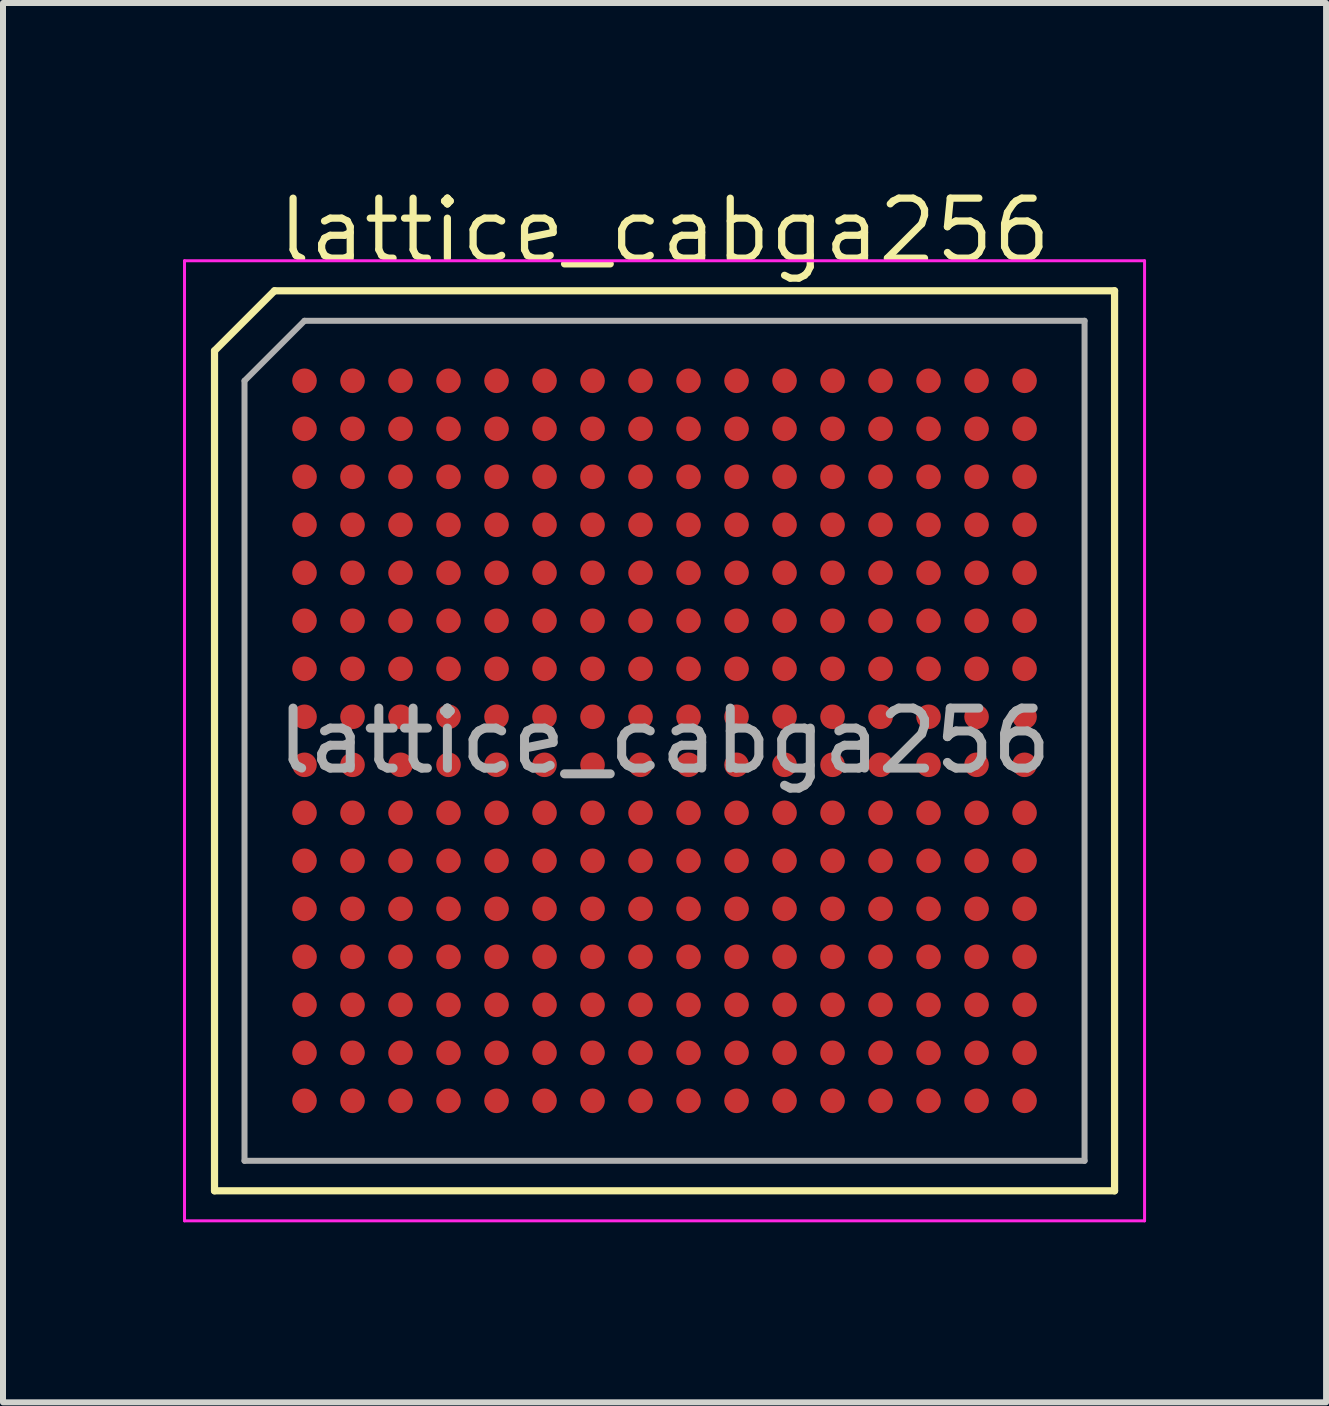
<source format=kicad_pcb>
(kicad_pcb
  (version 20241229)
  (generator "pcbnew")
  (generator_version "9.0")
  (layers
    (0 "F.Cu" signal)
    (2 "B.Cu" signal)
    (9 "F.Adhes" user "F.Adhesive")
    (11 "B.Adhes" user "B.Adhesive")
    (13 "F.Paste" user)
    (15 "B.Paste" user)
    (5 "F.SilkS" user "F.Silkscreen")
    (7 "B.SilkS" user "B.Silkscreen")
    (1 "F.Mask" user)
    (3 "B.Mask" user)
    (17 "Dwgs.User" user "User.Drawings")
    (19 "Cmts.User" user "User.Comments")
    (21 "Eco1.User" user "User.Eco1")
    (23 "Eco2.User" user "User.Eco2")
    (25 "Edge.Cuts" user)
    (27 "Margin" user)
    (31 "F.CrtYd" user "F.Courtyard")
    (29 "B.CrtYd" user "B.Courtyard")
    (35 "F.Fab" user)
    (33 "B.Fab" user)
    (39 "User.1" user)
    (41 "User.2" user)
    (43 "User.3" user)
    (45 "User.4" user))
  (footprint "lattice_cabga256"
    (layer "F.Cu")
    (at 8.025 9.296)
    (property "Reference" "lattice_cabga256" (at 0 -8.5 0) (layer "F.SilkS") (effects (font (size 1 1) (thickness 0.12))))
    (attr smd)
    (fp_line (start -7.5 7.5) (end -7.5 -6.5) (stroke (width 0.12) (type default)) (layer "F.SilkS"))
    (fp_line (start -6.5 -7.5) (end -7.5 -6.5) (stroke (width 0.12) (type default)) (layer "F.SilkS"))
    (fp_line (start -6.5 -7.5) (end 7.5 -7.5) (stroke (width 0.12) (type default)) (layer "F.SilkS"))
    (fp_line (start 7.5 -7.5) (end 7.5 7.5) (stroke (width 0.12) (type default)) (layer "F.SilkS"))
    (fp_line (start 7.5 7.5) (end -7.5 7.5) (stroke (width 0.12) (type default)) (layer "F.SilkS"))
    (fp_line (start -8 -8) (end 8 -8) (stroke (width 0.05) (type solid)) (layer "F.CrtYd"))
    (fp_line (start -8 8) (end -8 -8) (stroke (width 0.05) (type solid)) (layer "F.CrtYd"))
    (fp_line (start 8 -8) (end 8 8) (stroke (width 0.05) (type solid)) (layer "F.CrtYd"))
    (fp_line (start 8 8) (end -8 8) (stroke (width 0.05) (type solid)) (layer "F.CrtYd"))
    (fp_line (start -7 -6) (end -6 -7) (stroke (width 0.1) (type solid)) (layer "F.Fab"))
    (fp_line (start -7 7) (end -7 -6) (stroke (width 0.1) (type solid)) (layer "F.Fab"))
    (fp_line (start -6 -7) (end 7 -7) (stroke (width 0.1) (type solid)) (layer "F.Fab"))
    (fp_line (start 7 -7) (end 7 7) (stroke (width 0.1) (type solid)) (layer "F.Fab"))
    (fp_line (start 7 7) (end -7 7) (stroke (width 0.1) (type solid)) (layer "F.Fab"))
    (fp_text user "${REFERENCE}" (at 0 0 0) (layer "F.Fab") (effects (font (size 1 1) (thickness 0.15))))
    (pad "A1" smd circle (at -6 -6 90) (size 0.41 0.41) (layers "F.Cu" "F.Mask" "F.Paste"))
    (pad "A2" smd circle (at -5.2 -6 90) (size 0.41 0.41) (layers "F.Cu" "F.Mask" "F.Paste"))
    (pad "A3" smd circle (at -4.4 -6 90) (size 0.41 0.41) (layers "F.Cu" "F.Mask" "F.Paste"))
    (pad "A4" smd circle (at -3.6 -6 90) (size 0.41 0.41) (layers "F.Cu" "F.Mask" "F.Paste"))
    (pad "A5" smd circle (at -2.8 -6 90) (size 0.41 0.41) (layers "F.Cu" "F.Mask" "F.Paste"))
    (pad "A6" smd circle (at -2 -6 90) (size 0.41 0.41) (layers "F.Cu" "F.Mask" "F.Paste"))
    (pad "A7" smd circle (at -1.2 -6 90) (size 0.41 0.41) (layers "F.Cu" "F.Mask" "F.Paste"))
    (pad "A8" smd circle (at -0.4 -6 90) (size 0.41 0.41) (layers "F.Cu" "F.Mask" "F.Paste"))
    (pad "A9" smd circle (at 0.4 -6 90) (size 0.41 0.41) (layers "F.Cu" "F.Mask" "F.Paste"))
    (pad "A10" smd circle (at 1.2 -6 90) (size 0.41 0.41) (layers "F.Cu" "F.Mask" "F.Paste"))
    (pad "A11" smd circle (at 2 -6 90) (size 0.41 0.41) (layers "F.Cu" "F.Mask" "F.Paste"))
    (pad "A12" smd circle (at 2.8 -6 90) (size 0.41 0.41) (layers "F.Cu" "F.Mask" "F.Paste"))
    (pad "A13" smd circle (at 3.6 -6 90) (size 0.41 0.41) (layers "F.Cu" "F.Mask" "F.Paste"))
    (pad "A14" smd circle (at 4.4 -6 90) (size 0.41 0.41) (layers "F.Cu" "F.Mask" "F.Paste"))
    (pad "A15" smd circle (at 5.2 -6 90) (size 0.41 0.41) (layers "F.Cu" "F.Mask" "F.Paste"))
    (pad "A16" smd circle (at 6 -6 90) (size 0.41 0.41) (layers "F.Cu" "F.Mask" "F.Paste"))
    (pad "B1" smd circle (at -6 -5.2 90) (size 0.41 0.41) (layers "F.Cu" "F.Mask" "F.Paste"))
    (pad "B2" smd circle (at -5.2 -5.2 90) (size 0.41 0.41) (layers "F.Cu" "F.Mask" "F.Paste"))
    (pad "B3" smd circle (at -4.4 -5.2 90) (size 0.41 0.41) (layers "F.Cu" "F.Mask" "F.Paste"))
    (pad "B4" smd circle (at -3.6 -5.2 90) (size 0.41 0.41) (layers "F.Cu" "F.Mask" "F.Paste"))
    (pad "B5" smd circle (at -2.8 -5.2 90) (size 0.41 0.41) (layers "F.Cu" "F.Mask" "F.Paste"))
    (pad "B6" smd circle (at -2 -5.2 90) (size 0.41 0.41) (layers "F.Cu" "F.Mask" "F.Paste"))
    (pad "B7" smd circle (at -1.2 -5.2 90) (size 0.41 0.41) (layers "F.Cu" "F.Mask" "F.Paste"))
    (pad "B8" smd circle (at -0.4 -5.2 90) (size 0.41 0.41) (layers "F.Cu" "F.Mask" "F.Paste"))
    (pad "B9" smd circle (at 0.4 -5.2 90) (size 0.41 0.41) (layers "F.Cu" "F.Mask" "F.Paste"))
    (pad "B10" smd circle (at 1.2 -5.2 90) (size 0.41 0.41) (layers "F.Cu" "F.Mask" "F.Paste"))
    (pad "B11" smd circle (at 2 -5.2 90) (size 0.41 0.41) (layers "F.Cu" "F.Mask" "F.Paste"))
    (pad "B12" smd circle (at 2.8 -5.2 90) (size 0.41 0.41) (layers "F.Cu" "F.Mask" "F.Paste"))
    (pad "B13" smd circle (at 3.6 -5.2 90) (size 0.41 0.41) (layers "F.Cu" "F.Mask" "F.Paste"))
    (pad "B14" smd circle (at 4.4 -5.2 90) (size 0.41 0.41) (layers "F.Cu" "F.Mask" "F.Paste"))
    (pad "B15" smd circle (at 5.2 -5.2 90) (size 0.41 0.41) (layers "F.Cu" "F.Mask" "F.Paste"))
    (pad "B16" smd circle (at 6 -5.2 90) (size 0.41 0.41) (layers "F.Cu" "F.Mask" "F.Paste"))
    (pad "C1" smd circle (at -6 -4.4 90) (size 0.41 0.41) (layers "F.Cu" "F.Mask" "F.Paste"))
    (pad "C2" smd circle (at -5.2 -4.4 90) (size 0.41 0.41) (layers "F.Cu" "F.Mask" "F.Paste"))
    (pad "C3" smd circle (at -4.4 -4.4 90) (size 0.41 0.41) (layers "F.Cu" "F.Mask" "F.Paste"))
    (pad "C4" smd circle (at -3.6 -4.4 90) (size 0.41 0.41) (layers "F.Cu" "F.Mask" "F.Paste"))
    (pad "C5" smd circle (at -2.8 -4.4 90) (size 0.41 0.41) (layers "F.Cu" "F.Mask" "F.Paste"))
    (pad "C6" smd circle (at -2 -4.4 90) (size 0.41 0.41) (layers "F.Cu" "F.Mask" "F.Paste"))
    (pad "C7" smd circle (at -1.2 -4.4 90) (size 0.41 0.41) (layers "F.Cu" "F.Mask" "F.Paste"))
    (pad "C8" smd circle (at -0.4 -4.4 90) (size 0.41 0.41) (layers "F.Cu" "F.Mask" "F.Paste"))
    (pad "C9" smd circle (at 0.4 -4.4 90) (size 0.41 0.41) (layers "F.Cu" "F.Mask" "F.Paste"))
    (pad "C10" smd circle (at 1.2 -4.4 90) (size 0.41 0.41) (layers "F.Cu" "F.Mask" "F.Paste"))
    (pad "C11" smd circle (at 2 -4.4 90) (size 0.41 0.41) (layers "F.Cu" "F.Mask" "F.Paste"))
    (pad "C12" smd circle (at 2.8 -4.4 90) (size 0.41 0.41) (layers "F.Cu" "F.Mask" "F.Paste"))
    (pad "C13" smd circle (at 3.6 -4.4 90) (size 0.41 0.41) (layers "F.Cu" "F.Mask" "F.Paste"))
    (pad "C14" smd circle (at 4.4 -4.4 90) (size 0.41 0.41) (layers "F.Cu" "F.Mask" "F.Paste"))
    (pad "C15" smd circle (at 5.2 -4.4 90) (size 0.41 0.41) (layers "F.Cu" "F.Mask" "F.Paste"))
    (pad "C16" smd circle (at 6 -4.4 90) (size 0.41 0.41) (layers "F.Cu" "F.Mask" "F.Paste"))
    (pad "D1" smd circle (at -6 -3.6 90) (size 0.41 0.41) (layers "F.Cu" "F.Mask" "F.Paste"))
    (pad "D2" smd circle (at -5.2 -3.6 90) (size 0.41 0.41) (layers "F.Cu" "F.Mask" "F.Paste"))
    (pad "D3" smd circle (at -4.4 -3.6 90) (size 0.41 0.41) (layers "F.Cu" "F.Mask" "F.Paste"))
    (pad "D4" smd circle (at -3.6 -3.6 90) (size 0.41 0.41) (layers "F.Cu" "F.Mask" "F.Paste"))
    (pad "D5" smd circle (at -2.8 -3.6 90) (size 0.41 0.41) (layers "F.Cu" "F.Mask" "F.Paste"))
    (pad "D6" smd circle (at -2 -3.6 90) (size 0.41 0.41) (layers "F.Cu" "F.Mask" "F.Paste"))
    (pad "D7" smd circle (at -1.2 -3.6 90) (size 0.41 0.41) (layers "F.Cu" "F.Mask" "F.Paste"))
    (pad "D8" smd circle (at -0.4 -3.6 90) (size 0.41 0.41) (layers "F.Cu" "F.Mask" "F.Paste"))
    (pad "D9" smd circle (at 0.4 -3.6 90) (size 0.41 0.41) (layers "F.Cu" "F.Mask" "F.Paste"))
    (pad "D10" smd circle (at 1.2 -3.6 90) (size 0.41 0.41) (layers "F.Cu" "F.Mask" "F.Paste"))
    (pad "D11" smd circle (at 2 -3.6 90) (size 0.41 0.41) (layers "F.Cu" "F.Mask" "F.Paste"))
    (pad "D12" smd circle (at 2.8 -3.6 90) (size 0.41 0.41) (layers "F.Cu" "F.Mask" "F.Paste"))
    (pad "D13" smd circle (at 3.6 -3.6 90) (size 0.41 0.41) (layers "F.Cu" "F.Mask" "F.Paste"))
    (pad "D14" smd circle (at 4.4 -3.6 90) (size 0.41 0.41) (layers "F.Cu" "F.Mask" "F.Paste"))
    (pad "D15" smd circle (at 5.2 -3.6 90) (size 0.41 0.41) (layers "F.Cu" "F.Mask" "F.Paste"))
    (pad "D16" smd circle (at 6 -3.6 90) (size 0.41 0.41) (layers "F.Cu" "F.Mask" "F.Paste"))
    (pad "E1" smd circle (at -6 -2.8 90) (size 0.41 0.41) (layers "F.Cu" "F.Mask" "F.Paste"))
    (pad "E2" smd circle (at -5.2 -2.8 90) (size 0.41 0.41) (layers "F.Cu" "F.Mask" "F.Paste"))
    (pad "E3" smd circle (at -4.4 -2.8 90) (size 0.41 0.41) (layers "F.Cu" "F.Mask" "F.Paste"))
    (pad "E4" smd circle (at -3.6 -2.8 90) (size 0.41 0.41) (layers "F.Cu" "F.Mask" "F.Paste"))
    (pad "E5" smd circle (at -2.8 -2.8 90) (size 0.41 0.41) (layers "F.Cu" "F.Mask" "F.Paste"))
    (pad "E6" smd circle (at -2 -2.8 90) (size 0.41 0.41) (layers "F.Cu" "F.Mask" "F.Paste"))
    (pad "E7" smd circle (at -1.2 -2.8 90) (size 0.41 0.41) (layers "F.Cu" "F.Mask" "F.Paste"))
    (pad "E8" smd circle (at -0.4 -2.8 90) (size 0.41 0.41) (layers "F.Cu" "F.Mask" "F.Paste"))
    (pad "E9" smd circle (at 0.4 -2.8 90) (size 0.41 0.41) (layers "F.Cu" "F.Mask" "F.Paste"))
    (pad "E10" smd circle (at 1.2 -2.8 90) (size 0.41 0.41) (layers "F.Cu" "F.Mask" "F.Paste"))
    (pad "E11" smd circle (at 2 -2.8 90) (size 0.41 0.41) (layers "F.Cu" "F.Mask" "F.Paste"))
    (pad "E12" smd circle (at 2.8 -2.8 90) (size 0.41 0.41) (layers "F.Cu" "F.Mask" "F.Paste"))
    (pad "E13" smd circle (at 3.6 -2.8 90) (size 0.41 0.41) (layers "F.Cu" "F.Mask" "F.Paste"))
    (pad "E14" smd circle (at 4.4 -2.8 90) (size 0.41 0.41) (layers "F.Cu" "F.Mask" "F.Paste"))
    (pad "E15" smd circle (at 5.2 -2.8 90) (size 0.41 0.41) (layers "F.Cu" "F.Mask" "F.Paste"))
    (pad "E16" smd circle (at 6 -2.8 90) (size 0.41 0.41) (layers "F.Cu" "F.Mask" "F.Paste"))
    (pad "F1" smd circle (at -6 -2 90) (size 0.41 0.41) (layers "F.Cu" "F.Mask" "F.Paste"))
    (pad "F2" smd circle (at -5.2 -2 90) (size 0.41 0.41) (layers "F.Cu" "F.Mask" "F.Paste"))
    (pad "F3" smd circle (at -4.4 -2 90) (size 0.41 0.41) (layers "F.Cu" "F.Mask" "F.Paste"))
    (pad "F4" smd circle (at -3.6 -2 90) (size 0.41 0.41) (layers "F.Cu" "F.Mask" "F.Paste"))
    (pad "F5" smd circle (at -2.8 -2 90) (size 0.41 0.41) (layers "F.Cu" "F.Mask" "F.Paste"))
    (pad "F6" smd circle (at -2 -2 90) (size 0.41 0.41) (layers "F.Cu" "F.Mask" "F.Paste"))
    (pad "F7" smd circle (at -1.2 -2 90) (size 0.41 0.41) (layers "F.Cu" "F.Mask" "F.Paste"))
    (pad "F8" smd circle (at -0.4 -2 90) (size 0.41 0.41) (layers "F.Cu" "F.Mask" "F.Paste"))
    (pad "F9" smd circle (at 0.4 -2 90) (size 0.41 0.41) (layers "F.Cu" "F.Mask" "F.Paste"))
    (pad "F10" smd circle (at 1.2 -2 90) (size 0.41 0.41) (layers "F.Cu" "F.Mask" "F.Paste"))
    (pad "F11" smd circle (at 2 -2 90) (size 0.41 0.41) (layers "F.Cu" "F.Mask" "F.Paste"))
    (pad "F12" smd circle (at 2.8 -2 90) (size 0.41 0.41) (layers "F.Cu" "F.Mask" "F.Paste"))
    (pad "F13" smd circle (at 3.6 -2 90) (size 0.41 0.41) (layers "F.Cu" "F.Mask" "F.Paste"))
    (pad "F14" smd circle (at 4.4 -2 90) (size 0.41 0.41) (layers "F.Cu" "F.Mask" "F.Paste"))
    (pad "F15" smd circle (at 5.2 -2 90) (size 0.41 0.41) (layers "F.Cu" "F.Mask" "F.Paste"))
    (pad "F16" smd circle (at 6 -2 90) (size 0.41 0.41) (layers "F.Cu" "F.Mask" "F.Paste"))
    (pad "G1" smd circle (at -6 -1.2 90) (size 0.41 0.41) (layers "F.Cu" "F.Mask" "F.Paste"))
    (pad "G2" smd circle (at -5.2 -1.2 90) (size 0.41 0.41) (layers "F.Cu" "F.Mask" "F.Paste"))
    (pad "G3" smd circle (at -4.4 -1.2 90) (size 0.41 0.41) (layers "F.Cu" "F.Mask" "F.Paste"))
    (pad "G4" smd circle (at -3.6 -1.2 90) (size 0.41 0.41) (layers "F.Cu" "F.Mask" "F.Paste"))
    (pad "G5" smd circle (at -2.8 -1.2 90) (size 0.41 0.41) (layers "F.Cu" "F.Mask" "F.Paste"))
    (pad "G6" smd circle (at -2 -1.2 90) (size 0.41 0.41) (layers "F.Cu" "F.Mask" "F.Paste"))
    (pad "G7" smd circle (at -1.2 -1.2 90) (size 0.41 0.41) (layers "F.Cu" "F.Mask" "F.Paste"))
    (pad "G8" smd circle (at -0.4 -1.2 90) (size 0.41 0.41) (layers "F.Cu" "F.Mask" "F.Paste"))
    (pad "G9" smd circle (at 0.4 -1.2 90) (size 0.41 0.41) (layers "F.Cu" "F.Mask" "F.Paste"))
    (pad "G10" smd circle (at 1.2 -1.2 90) (size 0.41 0.41) (layers "F.Cu" "F.Mask" "F.Paste"))
    (pad "G11" smd circle (at 2 -1.2 90) (size 0.41 0.41) (layers "F.Cu" "F.Mask" "F.Paste"))
    (pad "G12" smd circle (at 2.8 -1.2 90) (size 0.41 0.41) (layers "F.Cu" "F.Mask" "F.Paste"))
    (pad "G13" smd circle (at 3.6 -1.2 90) (size 0.41 0.41) (layers "F.Cu" "F.Mask" "F.Paste"))
    (pad "G14" smd circle (at 4.4 -1.2 90) (size 0.41 0.41) (layers "F.Cu" "F.Mask" "F.Paste"))
    (pad "G15" smd circle (at 5.2 -1.2 90) (size 0.41 0.41) (layers "F.Cu" "F.Mask" "F.Paste"))
    (pad "G16" smd circle (at 6 -1.2 90) (size 0.41 0.41) (layers "F.Cu" "F.Mask" "F.Paste"))
    (pad "H1" smd circle (at -6 -0.4 90) (size 0.41 0.41) (layers "F.Cu" "F.Mask" "F.Paste"))
    (pad "H2" smd circle (at -5.2 -0.4 90) (size 0.41 0.41) (layers "F.Cu" "F.Mask" "F.Paste"))
    (pad "H3" smd circle (at -4.4 -0.4 90) (size 0.41 0.41) (layers "F.Cu" "F.Mask" "F.Paste"))
    (pad "H4" smd circle (at -3.6 -0.4 90) (size 0.41 0.41) (layers "F.Cu" "F.Mask" "F.Paste"))
    (pad "H5" smd circle (at -2.8 -0.4 90) (size 0.41 0.41) (layers "F.Cu" "F.Mask" "F.Paste"))
    (pad "H6" smd circle (at -2 -0.4 90) (size 0.41 0.41) (layers "F.Cu" "F.Mask" "F.Paste"))
    (pad "H7" smd circle (at -1.2 -0.4 90) (size 0.41 0.41) (layers "F.Cu" "F.Mask" "F.Paste"))
    (pad "H8" smd circle (at -0.4 -0.4 90) (size 0.41 0.41) (layers "F.Cu" "F.Mask" "F.Paste"))
    (pad "H9" smd circle (at 0.4 -0.4 90) (size 0.41 0.41) (layers "F.Cu" "F.Mask" "F.Paste"))
    (pad "H10" smd circle (at 1.2 -0.4 90) (size 0.41 0.41) (layers "F.Cu" "F.Mask" "F.Paste"))
    (pad "H11" smd circle (at 2 -0.4 90) (size 0.41 0.41) (layers "F.Cu" "F.Mask" "F.Paste"))
    (pad "H12" smd circle (at 2.8 -0.4 90) (size 0.41 0.41) (layers "F.Cu" "F.Mask" "F.Paste"))
    (pad "H13" smd circle (at 3.6 -0.4 90) (size 0.41 0.41) (layers "F.Cu" "F.Mask" "F.Paste"))
    (pad "H14" smd circle (at 4.4 -0.4 90) (size 0.41 0.41) (layers "F.Cu" "F.Mask" "F.Paste"))
    (pad "H15" smd circle (at 5.2 -0.4 90) (size 0.41 0.41) (layers "F.Cu" "F.Mask" "F.Paste"))
    (pad "H16" smd circle (at 6 -0.4 90) (size 0.41 0.41) (layers "F.Cu" "F.Mask" "F.Paste"))
    (pad "J1" smd circle (at -6 0.4 90) (size 0.41 0.41) (layers "F.Cu" "F.Mask" "F.Paste"))
    (pad "J2" smd circle (at -5.2 0.4 90) (size 0.41 0.41) (layers "F.Cu" "F.Mask" "F.Paste"))
    (pad "J3" smd circle (at -4.4 0.4 90) (size 0.41 0.41) (layers "F.Cu" "F.Mask" "F.Paste"))
    (pad "J4" smd circle (at -3.6 0.4 90) (size 0.41 0.41) (layers "F.Cu" "F.Mask" "F.Paste"))
    (pad "J5" smd circle (at -2.8 0.4 90) (size 0.41 0.41) (layers "F.Cu" "F.Mask" "F.Paste"))
    (pad "J6" smd circle (at -2 0.4 90) (size 0.41 0.41) (layers "F.Cu" "F.Mask" "F.Paste"))
    (pad "J7" smd circle (at -1.2 0.4 90) (size 0.41 0.41) (layers "F.Cu" "F.Mask" "F.Paste"))
    (pad "J8" smd circle (at -0.4 0.4 90) (size 0.41 0.41) (layers "F.Cu" "F.Mask" "F.Paste"))
    (pad "J9" smd circle (at 0.4 0.4 90) (size 0.41 0.41) (layers "F.Cu" "F.Mask" "F.Paste"))
    (pad "J10" smd circle (at 1.2 0.4 90) (size 0.41 0.41) (layers "F.Cu" "F.Mask" "F.Paste"))
    (pad "J11" smd circle (at 2 0.4 90) (size 0.41 0.41) (layers "F.Cu" "F.Mask" "F.Paste"))
    (pad "J12" smd circle (at 2.8 0.4 90) (size 0.41 0.41) (layers "F.Cu" "F.Mask" "F.Paste"))
    (pad "J13" smd circle (at 3.6 0.4 90) (size 0.41 0.41) (layers "F.Cu" "F.Mask" "F.Paste"))
    (pad "J14" smd circle (at 4.4 0.4 90) (size 0.41 0.41) (layers "F.Cu" "F.Mask" "F.Paste"))
    (pad "J15" smd circle (at 5.2 0.4 90) (size 0.41 0.41) (layers "F.Cu" "F.Mask" "F.Paste"))
    (pad "J16" smd circle (at 6 0.4 90) (size 0.41 0.41) (layers "F.Cu" "F.Mask" "F.Paste"))
    (pad "K1" smd circle (at -6 1.2 90) (size 0.41 0.41) (layers "F.Cu" "F.Mask" "F.Paste"))
    (pad "K2" smd circle (at -5.2 1.2 90) (size 0.41 0.41) (layers "F.Cu" "F.Mask" "F.Paste"))
    (pad "K3" smd circle (at -4.4 1.2 90) (size 0.41 0.41) (layers "F.Cu" "F.Mask" "F.Paste"))
    (pad "K4" smd circle (at -3.6 1.2 90) (size 0.41 0.41) (layers "F.Cu" "F.Mask" "F.Paste"))
    (pad "K5" smd circle (at -2.8 1.2 90) (size 0.41 0.41) (layers "F.Cu" "F.Mask" "F.Paste"))
    (pad "K6" smd circle (at -2 1.2 90) (size 0.41 0.41) (layers "F.Cu" "F.Mask" "F.Paste"))
    (pad "K7" smd circle (at -1.2 1.2 90) (size 0.41 0.41) (layers "F.Cu" "F.Mask" "F.Paste"))
    (pad "K8" smd circle (at -0.4 1.2 90) (size 0.41 0.41) (layers "F.Cu" "F.Mask" "F.Paste"))
    (pad "K9" smd circle (at 0.4 1.2 90) (size 0.41 0.41) (layers "F.Cu" "F.Mask" "F.Paste"))
    (pad "K10" smd circle (at 1.2 1.2 90) (size 0.41 0.41) (layers "F.Cu" "F.Mask" "F.Paste"))
    (pad "K11" smd circle (at 2 1.2 90) (size 0.41 0.41) (layers "F.Cu" "F.Mask" "F.Paste"))
    (pad "K12" smd circle (at 2.8 1.2 90) (size 0.41 0.41) (layers "F.Cu" "F.Mask" "F.Paste"))
    (pad "K13" smd circle (at 3.6 1.2 90) (size 0.41 0.41) (layers "F.Cu" "F.Mask" "F.Paste"))
    (pad "K14" smd circle (at 4.4 1.2 90) (size 0.41 0.41) (layers "F.Cu" "F.Mask" "F.Paste"))
    (pad "K15" smd circle (at 5.2 1.2 90) (size 0.41 0.41) (layers "F.Cu" "F.Mask" "F.Paste"))
    (pad "K16" smd circle (at 6 1.2 90) (size 0.41 0.41) (layers "F.Cu" "F.Mask" "F.Paste"))
    (pad "L1" smd circle (at -6 2 90) (size 0.41 0.41) (layers "F.Cu" "F.Mask" "F.Paste"))
    (pad "L2" smd circle (at -5.2 2 90) (size 0.41 0.41) (layers "F.Cu" "F.Mask" "F.Paste"))
    (pad "L3" smd circle (at -4.4 2 90) (size 0.41 0.41) (layers "F.Cu" "F.Mask" "F.Paste"))
    (pad "L4" smd circle (at -3.6 2 90) (size 0.41 0.41) (layers "F.Cu" "F.Mask" "F.Paste"))
    (pad "L5" smd circle (at -2.8 2 90) (size 0.41 0.41) (layers "F.Cu" "F.Mask" "F.Paste"))
    (pad "L6" smd circle (at -2 2 90) (size 0.41 0.41) (layers "F.Cu" "F.Mask" "F.Paste"))
    (pad "L7" smd circle (at -1.2 2 90) (size 0.41 0.41) (layers "F.Cu" "F.Mask" "F.Paste"))
    (pad "L8" smd circle (at -0.4 2 90) (size 0.41 0.41) (layers "F.Cu" "F.Mask" "F.Paste"))
    (pad "L9" smd circle (at 0.4 2 90) (size 0.41 0.41) (layers "F.Cu" "F.Mask" "F.Paste"))
    (pad "L10" smd circle (at 1.2 2 90) (size 0.41 0.41) (layers "F.Cu" "F.Mask" "F.Paste"))
    (pad "L11" smd circle (at 2 2 90) (size 0.41 0.41) (layers "F.Cu" "F.Mask" "F.Paste"))
    (pad "L12" smd circle (at 2.8 2 90) (size 0.41 0.41) (layers "F.Cu" "F.Mask" "F.Paste"))
    (pad "L13" smd circle (at 3.6 2 90) (size 0.41 0.41) (layers "F.Cu" "F.Mask" "F.Paste"))
    (pad "L14" smd circle (at 4.4 2 90) (size 0.41 0.41) (layers "F.Cu" "F.Mask" "F.Paste"))
    (pad "L15" smd circle (at 5.2 2 90) (size 0.41 0.41) (layers "F.Cu" "F.Mask" "F.Paste"))
    (pad "L16" smd circle (at 6 2 90) (size 0.41 0.41) (layers "F.Cu" "F.Mask" "F.Paste"))
    (pad "M1" smd circle (at -6 2.8 90) (size 0.41 0.41) (layers "F.Cu" "F.Mask" "F.Paste"))
    (pad "M2" smd circle (at -5.2 2.8 90) (size 0.41 0.41) (layers "F.Cu" "F.Mask" "F.Paste"))
    (pad "M3" smd circle (at -4.4 2.8 90) (size 0.41 0.41) (layers "F.Cu" "F.Mask" "F.Paste"))
    (pad "M4" smd circle (at -3.6 2.8 90) (size 0.41 0.41) (layers "F.Cu" "F.Mask" "F.Paste"))
    (pad "M5" smd circle (at -2.8 2.8 90) (size 0.41 0.41) (layers "F.Cu" "F.Mask" "F.Paste"))
    (pad "M6" smd circle (at -2 2.8 90) (size 0.41 0.41) (layers "F.Cu" "F.Mask" "F.Paste"))
    (pad "M7" smd circle (at -1.2 2.8 90) (size 0.41 0.41) (layers "F.Cu" "F.Mask" "F.Paste"))
    (pad "M8" smd circle (at -0.4 2.8 90) (size 0.41 0.41) (layers "F.Cu" "F.Mask" "F.Paste"))
    (pad "M9" smd circle (at 0.4 2.8 90) (size 0.41 0.41) (layers "F.Cu" "F.Mask" "F.Paste"))
    (pad "M10" smd circle (at 1.2 2.8 90) (size 0.41 0.41) (layers "F.Cu" "F.Mask" "F.Paste"))
    (pad "M11" smd circle (at 2 2.8 90) (size 0.41 0.41) (layers "F.Cu" "F.Mask" "F.Paste"))
    (pad "M12" smd circle (at 2.8 2.8 90) (size 0.41 0.41) (layers "F.Cu" "F.Mask" "F.Paste"))
    (pad "M13" smd circle (at 3.6 2.8 90) (size 0.41 0.41) (layers "F.Cu" "F.Mask" "F.Paste"))
    (pad "M14" smd circle (at 4.4 2.8 90) (size 0.41 0.41) (layers "F.Cu" "F.Mask" "F.Paste"))
    (pad "M15" smd circle (at 5.2 2.8 90) (size 0.41 0.41) (layers "F.Cu" "F.Mask" "F.Paste"))
    (pad "M16" smd circle (at 6 2.8 90) (size 0.41 0.41) (layers "F.Cu" "F.Mask" "F.Paste"))
    (pad "N1" smd circle (at -6 3.6 90) (size 0.41 0.41) (layers "F.Cu" "F.Mask" "F.Paste"))
    (pad "N2" smd circle (at -5.2 3.6 90) (size 0.41 0.41) (layers "F.Cu" "F.Mask" "F.Paste"))
    (pad "N3" smd circle (at -4.4 3.6 90) (size 0.41 0.41) (layers "F.Cu" "F.Mask" "F.Paste"))
    (pad "N4" smd circle (at -3.6 3.6 90) (size 0.41 0.41) (layers "F.Cu" "F.Mask" "F.Paste"))
    (pad "N5" smd circle (at -2.8 3.6 90) (size 0.41 0.41) (layers "F.Cu" "F.Mask" "F.Paste"))
    (pad "N6" smd circle (at -2 3.6 90) (size 0.41 0.41) (layers "F.Cu" "F.Mask" "F.Paste"))
    (pad "N7" smd circle (at -1.2 3.6 90) (size 0.41 0.41) (layers "F.Cu" "F.Mask" "F.Paste"))
    (pad "N8" smd circle (at -0.4 3.6 90) (size 0.41 0.41) (layers "F.Cu" "F.Mask" "F.Paste"))
    (pad "N9" smd circle (at 0.4 3.6 90) (size 0.41 0.41) (layers "F.Cu" "F.Mask" "F.Paste"))
    (pad "N10" smd circle (at 1.2 3.6 90) (size 0.41 0.41) (layers "F.Cu" "F.Mask" "F.Paste"))
    (pad "N11" smd circle (at 2 3.6 90) (size 0.41 0.41) (layers "F.Cu" "F.Mask" "F.Paste"))
    (pad "N12" smd circle (at 2.8 3.6 90) (size 0.41 0.41) (layers "F.Cu" "F.Mask" "F.Paste"))
    (pad "N13" smd circle (at 3.6 3.6 90) (size 0.41 0.41) (layers "F.Cu" "F.Mask" "F.Paste"))
    (pad "N14" smd circle (at 4.4 3.6 90) (size 0.41 0.41) (layers "F.Cu" "F.Mask" "F.Paste"))
    (pad "N15" smd circle (at 5.2 3.6 90) (size 0.41 0.41) (layers "F.Cu" "F.Mask" "F.Paste"))
    (pad "N16" smd circle (at 6 3.6 90) (size 0.41 0.41) (layers "F.Cu" "F.Mask" "F.Paste"))
    (pad "P1" smd circle (at -6 4.4 90) (size 0.41 0.41) (layers "F.Cu" "F.Mask" "F.Paste"))
    (pad "P2" smd circle (at -5.2 4.4 90) (size 0.41 0.41) (layers "F.Cu" "F.Mask" "F.Paste"))
    (pad "P3" smd circle (at -4.4 4.4 90) (size 0.41 0.41) (layers "F.Cu" "F.Mask" "F.Paste"))
    (pad "P4" smd circle (at -3.6 4.4 90) (size 0.41 0.41) (layers "F.Cu" "F.Mask" "F.Paste"))
    (pad "P5" smd circle (at -2.8 4.4 90) (size 0.41 0.41) (layers "F.Cu" "F.Mask" "F.Paste"))
    (pad "P6" smd circle (at -2 4.4 90) (size 0.41 0.41) (layers "F.Cu" "F.Mask" "F.Paste"))
    (pad "P7" smd circle (at -1.2 4.4 90) (size 0.41 0.41) (layers "F.Cu" "F.Mask" "F.Paste"))
    (pad "P8" smd circle (at -0.4 4.4 90) (size 0.41 0.41) (layers "F.Cu" "F.Mask" "F.Paste"))
    (pad "P9" smd circle (at 0.4 4.4 90) (size 0.41 0.41) (layers "F.Cu" "F.Mask" "F.Paste"))
    (pad "P10" smd circle (at 1.2 4.4 90) (size 0.41 0.41) (layers "F.Cu" "F.Mask" "F.Paste"))
    (pad "P11" smd circle (at 2 4.4 90) (size 0.41 0.41) (layers "F.Cu" "F.Mask" "F.Paste"))
    (pad "P12" smd circle (at 2.8 4.4 90) (size 0.41 0.41) (layers "F.Cu" "F.Mask" "F.Paste"))
    (pad "P13" smd circle (at 3.6 4.4 90) (size 0.41 0.41) (layers "F.Cu" "F.Mask" "F.Paste"))
    (pad "P14" smd circle (at 4.4 4.4 90) (size 0.41 0.41) (layers "F.Cu" "F.Mask" "F.Paste"))
    (pad "P15" smd circle (at 5.2 4.4 90) (size 0.41 0.41) (layers "F.Cu" "F.Mask" "F.Paste"))
    (pad "P16" smd circle (at 6 4.4 90) (size 0.41 0.41) (layers "F.Cu" "F.Mask" "F.Paste"))
    (pad "R1" smd circle (at -6 5.2 90) (size 0.41 0.41) (layers "F.Cu" "F.Mask" "F.Paste"))
    (pad "R2" smd circle (at -5.2 5.2 90) (size 0.41 0.41) (layers "F.Cu" "F.Mask" "F.Paste"))
    (pad "R3" smd circle (at -4.4 5.2 90) (size 0.41 0.41) (layers "F.Cu" "F.Mask" "F.Paste"))
    (pad "R4" smd circle (at -3.6 5.2 90) (size 0.41 0.41) (layers "F.Cu" "F.Mask" "F.Paste"))
    (pad "R5" smd circle (at -2.8 5.2 90) (size 0.41 0.41) (layers "F.Cu" "F.Mask" "F.Paste"))
    (pad "R6" smd circle (at -2 5.2 90) (size 0.41 0.41) (layers "F.Cu" "F.Mask" "F.Paste"))
    (pad "R7" smd circle (at -1.2 5.2 90) (size 0.41 0.41) (layers "F.Cu" "F.Mask" "F.Paste"))
    (pad "R8" smd circle (at -0.4 5.2 90) (size 0.41 0.41) (layers "F.Cu" "F.Mask" "F.Paste"))
    (pad "R9" smd circle (at 0.4 5.2 90) (size 0.41 0.41) (layers "F.Cu" "F.Mask" "F.Paste"))
    (pad "R10" smd circle (at 1.2 5.2 90) (size 0.41 0.41) (layers "F.Cu" "F.Mask" "F.Paste"))
    (pad "R11" smd circle (at 2 5.2 90) (size 0.41 0.41) (layers "F.Cu" "F.Mask" "F.Paste"))
    (pad "R12" smd circle (at 2.8 5.2 90) (size 0.41 0.41) (layers "F.Cu" "F.Mask" "F.Paste"))
    (pad "R13" smd circle (at 3.6 5.2 90) (size 0.41 0.41) (layers "F.Cu" "F.Mask" "F.Paste"))
    (pad "R14" smd circle (at 4.4 5.2 90) (size 0.41 0.41) (layers "F.Cu" "F.Mask" "F.Paste"))
    (pad "R15" smd circle (at 5.2 5.2 90) (size 0.41 0.41) (layers "F.Cu" "F.Mask" "F.Paste"))
    (pad "R16" smd circle (at 6 5.2 90) (size 0.41 0.41) (layers "F.Cu" "F.Mask" "F.Paste"))
    (pad "T1" smd circle (at -6 6 90) (size 0.41 0.41) (layers "F.Cu" "F.Mask" "F.Paste"))
    (pad "T2" smd circle (at -5.2 6 90) (size 0.41 0.41) (layers "F.Cu" "F.Mask" "F.Paste"))
    (pad "T3" smd circle (at -4.4 6 90) (size 0.41 0.41) (layers "F.Cu" "F.Mask" "F.Paste"))
    (pad "T4" smd circle (at -3.6 6 90) (size 0.41 0.41) (layers "F.Cu" "F.Mask" "F.Paste"))
    (pad "T5" smd circle (at -2.8 6 90) (size 0.41 0.41) (layers "F.Cu" "F.Mask" "F.Paste"))
    (pad "T6" smd circle (at -2 6 90) (size 0.41 0.41) (layers "F.Cu" "F.Mask" "F.Paste"))
    (pad "T7" smd circle (at -1.2 6 90) (size 0.41 0.41) (layers "F.Cu" "F.Mask" "F.Paste"))
    (pad "T8" smd circle (at -0.4 6 90) (size 0.41 0.41) (layers "F.Cu" "F.Mask" "F.Paste"))
    (pad "T9" smd circle (at 0.4 6 90) (size 0.41 0.41) (layers "F.Cu" "F.Mask" "F.Paste"))
    (pad "T10" smd circle (at 1.2 6 90) (size 0.41 0.41) (layers "F.Cu" "F.Mask" "F.Paste"))
    (pad "T11" smd circle (at 2 6 90) (size 0.41 0.41) (layers "F.Cu" "F.Mask" "F.Paste"))
    (pad "T12" smd circle (at 2.8 6 90) (size 0.41 0.41) (layers "F.Cu" "F.Mask" "F.Paste"))
    (pad "T13" smd circle (at 3.6 6 90) (size 0.41 0.41) (layers "F.Cu" "F.Mask" "F.Paste"))
    (pad "T14" smd circle (at 4.4 6 90) (size 0.41 0.41) (layers "F.Cu" "F.Mask" "F.Paste"))
    (pad "T15" smd circle (at 5.2 6 90) (size 0.41 0.41) (layers "F.Cu" "F.Mask" "F.Paste"))
    (pad "T16" smd circle (at 6 6 90) (size 0.41 0.41) (layers "F.Cu" "F.Mask" "F.Paste")))
  (gr_rect
    (start -3 -3)
    (end 19.05 20.321)
    (stroke (width 0.1) (type default))
    (fill no)
    (layer "Edge.Cuts")))
</source>
